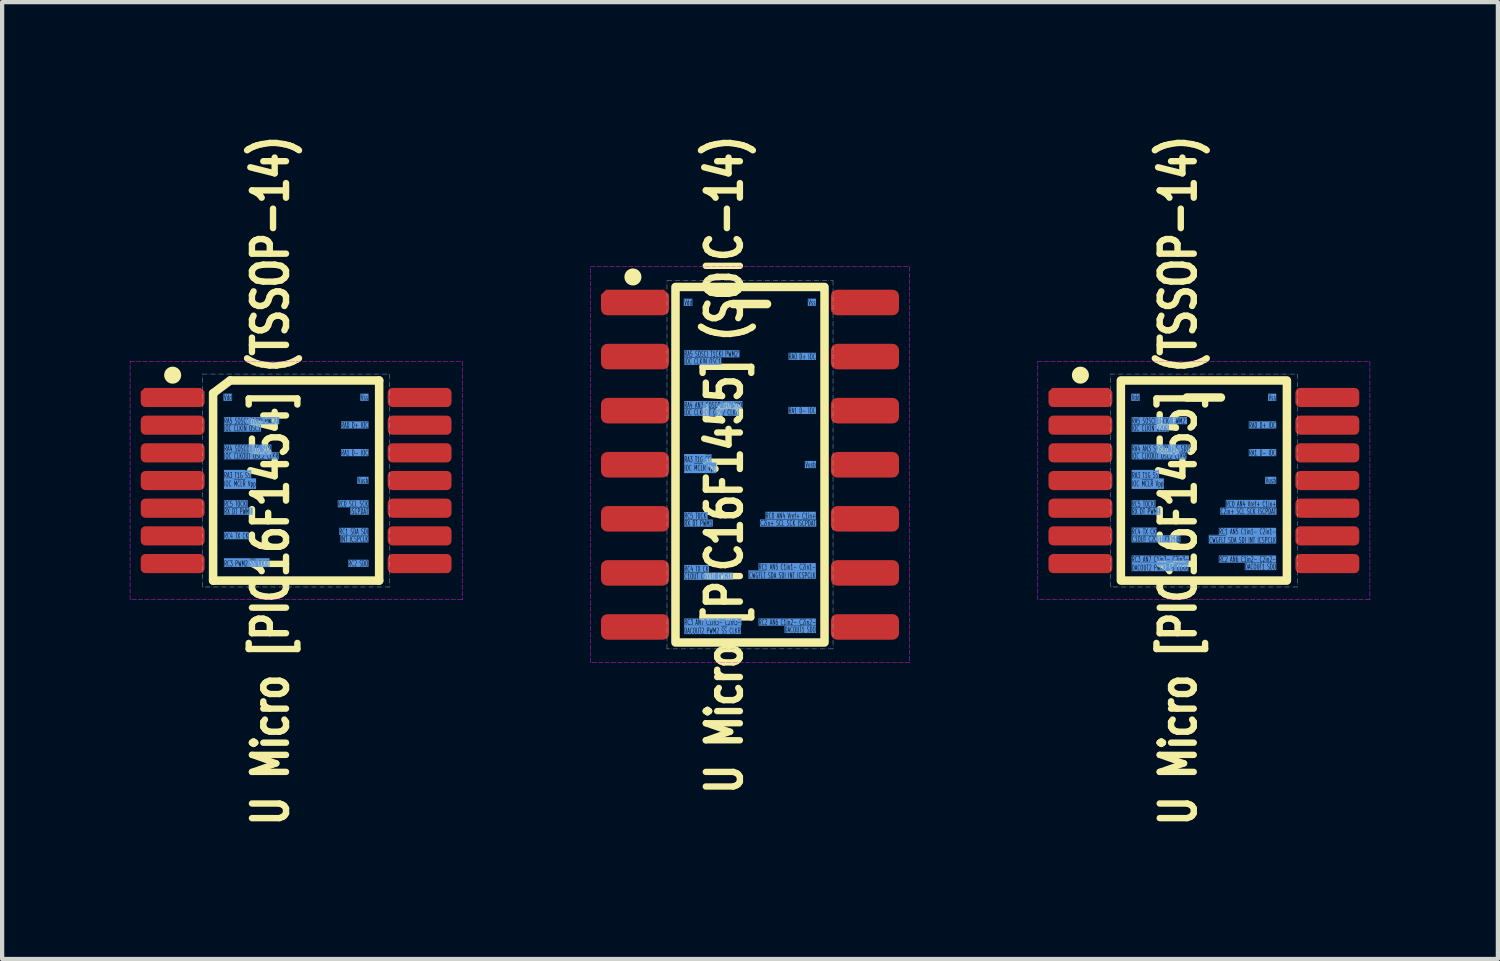
<source format=kicad_pcb>
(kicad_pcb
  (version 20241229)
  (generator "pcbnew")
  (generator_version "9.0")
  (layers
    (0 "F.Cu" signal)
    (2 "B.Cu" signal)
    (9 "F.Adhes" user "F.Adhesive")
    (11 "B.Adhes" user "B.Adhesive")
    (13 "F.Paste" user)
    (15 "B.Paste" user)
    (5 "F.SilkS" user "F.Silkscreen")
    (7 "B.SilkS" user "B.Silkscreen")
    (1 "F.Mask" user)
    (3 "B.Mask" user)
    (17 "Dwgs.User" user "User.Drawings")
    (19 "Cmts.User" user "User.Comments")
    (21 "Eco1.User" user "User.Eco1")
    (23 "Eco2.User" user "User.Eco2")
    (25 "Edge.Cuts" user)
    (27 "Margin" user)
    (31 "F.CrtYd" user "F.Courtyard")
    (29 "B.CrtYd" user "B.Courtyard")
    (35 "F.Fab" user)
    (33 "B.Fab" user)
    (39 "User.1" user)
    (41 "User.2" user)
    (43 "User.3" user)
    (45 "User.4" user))
  (footprint "U Micro [PIC16F1455] (SOIC-14)"
    (layer "F.Cu")
    (at 14.565 7.865)
    (property "Reference" "U Micro [PIC16F1455] (SOIC-14)" (at -0.6 0 90) (layer "F.SilkS") (effects (font (size 0.8 0.6) (thickness 0.15))))
    (attr smd)
    (fp_line (start -0.4 -3.775) (end 0.4 -3.775) (stroke (width 0.2) (type default)) (layer "F.SilkS"))
    (fp_rect (start 1.75 4.175) (end -1.75 -4.175) (stroke (width 0.2) (type default)) (fill no) (layer "F.SilkS"))
    (fp_circle (center -2.75 -4.41) (end -2.6 -4.41) (stroke (width 0.1) (type solid)) (fill yes) (layer "F.SilkS"))
    (fp_rect (start -3.75 -4.65) (end 3.75 4.65) (stroke (width 0.01) (type dash)) (fill no) (layer "F.CrtYd"))
    (fp_rect (start -1.95 -4.325) (end 1.95 4.325) (stroke (width 0.01) (type dash_dot)) (fill no) (layer "F.Fab"))
    (fp_text user "RA5 SOSCI T1CKI PWM2'" (at -1.55 -2.6 0) (layer "Cmts.User" knockout) (effects (font (size 0.13 0.07) (thickness 0.01)) (justify left)))
    (fp_text user "Vusb" (at 1.55 0 0) (layer "Cmts.User" knockout) (effects (font (size 0.13 0.07) (thickness 0.01) (bold yes)) (justify right)))
    (fp_text user "RA0 D+ IOC" (at 1.55 -2.54 0) (layer "Cmts.User" knockout) (effects (font (size 0.13 0.07) (thickness 0.01)) (justify right)))
    (fp_text user "Vss" (at 1.55 -3.81 0) (layer "Cmts.User" knockout) (effects (font (size 0.13 0.07) (thickness 0.01) (bold yes)) (justify right)))
    (fp_text user "RA4 AN3 SOSCO T1G SDO" (at -1.55 -1.4 0) (layer "Cmts.User" knockout) (effects (font (size 0.13 0.07) (thickness 0.01)) (justify left)))
    (fp_text user "C2in+ SCL SCK ISCPDAT" (at 1.55 1.375 0) (layer "Cmts.User" knockout) (effects (font (size 0.13 0.07) (thickness 0.01) (bold yes)) (justify right)))
    (fp_text user "RC2 AN6 C1in2- C2in2-" (at 1.55 3.7 0) (layer "Cmts.User" knockout) (effects (font (size 0.13 0.07) (thickness 0.01)) (justify right)))
    (fp_text user "DACOUT2 PWM2 ~{SS} CLKR" (at -1.55 3.9 0) (layer "Cmts.User" knockout) (effects (font (size 0.13 0.07) (thickness 0.01)) (justify left)))
    (fp_text user "IOC ~{MCLR} Vpp" (at -1.55 0.075 0) (layer "Cmts.User" knockout) (effects (font (size 0.13 0.07) (thickness 0.01) (bold yes)) (justify left)))
    (fp_text user "RA3 T1G ~{SS}" (at -1.55 -0.125 0) (layer "Cmts.User" knockout) (effects (font (size 0.13 0.07) (thickness 0.01) (bold yes)) (justify left)))
    (fp_text user "RA1 D- IOC" (at 1.55 -1.27 0) (layer "Cmts.User" knockout) (effects (font (size 0.13 0.07) (thickness 0.01)) (justify right)))
    (fp_text user "RC4 TX CK" (at -1.55 2.45 0) (layer "Cmts.User" knockout) (effects (font (size 0.13 0.07) (thickness 0.01)) (justify left)))
    (fp_text user "~{CWGFLT} SDA SDI INT ICSPCLK" (at 1.55 2.6 0) (layer "Cmts.User" knockout) (effects (font (size 0.13 0.07) (thickness 0.01) (bold yes)) (justify right)))
    (fp_text user "IOC CLKOUT OSC2 CLKR" (at -1.55 -1.225 0) (layer "Cmts.User" knockout) (effects (font (size 0.13 0.07) (thickness 0.01)) (justify left)))
    (fp_text user "RX DT PWM1" (at -1.55 1.375 0) (layer "Cmts.User" knockout) (effects (font (size 0.13 0.07) (thickness 0.01)) (justify left)))
    (fp_text user "RC5 T0CKI" (at -1.55 1.2 0) (layer "Cmts.User" knockout) (effects (font (size 0.13 0.07) (thickness 0.01)) (justify left)))
    (fp_text user "IOC CLKIN OSC1" (at -1.55 -2.425 0) (layer "Cmts.User" knockout) (effects (font (size 0.13 0.07) (thickness 0.01)) (justify left)))
    (fp_text user "RC0 AN4 Vref+ C1in+" (at 1.55 1.2 0) (layer "Cmts.User" knockout) (effects (font (size 0.13 0.07) (thickness 0.01) (bold yes)) (justify right)))
    (fp_text user "RC1 AN5 C1in1- C2in1-" (at 1.55 2.4 0) (layer "Cmts.User" knockout) (effects (font (size 0.13 0.07) (thickness 0.01) (bold yes)) (justify right)))
    (fp_text user "RC3 AN7 C1in3- C2in3-" (at -1.55 3.7 0) (layer "Cmts.User" knockout) (effects (font (size 0.13 0.07) (thickness 0.01)) (justify left)))
    (fp_text user "Vdd" (at -1.55 -3.81 0) (layer "Cmts.User" knockout) (effects (font (size 0.13 0.07) (thickness 0.01) (bold yes)) (justify left)))
    (fp_text user "C1OUT C2OUT CWG1B" (at -1.55 2.625 0) (layer "Cmts.User" knockout) (effects (font (size 0.13 0.07) (thickness 0.01)) (justify left)))
    (fp_text user "DACOUT1 SDO" (at 1.55 3.875 0) (layer "Cmts.User" knockout) (effects (font (size 0.13 0.07) (thickness 0.01)) (justify right)))
    (pad "1" smd roundrect (at -2.7 -3.81) (size 1.6 0.6) (layers "F.Cu" "F.Mask" "F.Paste") (roundrect_rratio 0.25) (chamfer_ratio 0.2) (chamfer top_left top_right))
    (pad "2" smd roundrect (at -2.7 -2.54) (size 1.6 0.6) (layers "F.Cu" "F.Mask" "F.Paste") (roundrect_rratio 0.25))
    (pad "3" smd roundrect (at -2.7 -1.27) (size 1.6 0.6) (layers "F.Cu" "F.Mask" "F.Paste") (roundrect_rratio 0.25))
    (pad "4" smd roundrect (at -2.7 0) (size 1.6 0.6) (layers "F.Cu" "F.Mask" "F.Paste") (roundrect_rratio 0.25))
    (pad "5" smd roundrect (at -2.7 1.27) (size 1.6 0.6) (layers "F.Cu" "F.Mask" "F.Paste") (roundrect_rratio 0.25))
    (pad "6" smd roundrect (at -2.7 2.54) (size 1.6 0.6) (layers "F.Cu" "F.Mask" "F.Paste") (roundrect_rratio 0.25))
    (pad "7" smd roundrect (at -2.7 3.81) (size 1.6 0.6) (layers "F.Cu" "F.Mask" "F.Paste") (roundrect_rratio 0.25))
    (pad "8" smd roundrect (at 2.7 3.81) (size 1.6 0.6) (layers "F.Cu" "F.Mask" "F.Paste") (roundrect_rratio 0.25))
    (pad "9" smd roundrect (at 2.7 2.54) (size 1.6 0.6) (layers "F.Cu" "F.Mask" "F.Paste") (roundrect_rratio 0.25))
    (pad "10" smd roundrect (at 2.7 1.27) (size 1.6 0.6) (layers "F.Cu" "F.Mask" "F.Paste") (roundrect_rratio 0.25))
    (pad "11" smd roundrect (at 2.7 0) (size 1.6 0.6) (layers "F.Cu" "F.Mask" "F.Paste") (roundrect_rratio 0.25))
    (pad "12" smd roundrect (at 2.7 -1.27) (size 1.6 0.6) (layers "F.Cu" "F.Mask" "F.Paste") (roundrect_rratio 0.25))
    (pad "13" smd roundrect (at 2.7 -2.54) (size 1.6 0.6) (layers "F.Cu" "F.Mask" "F.Paste") (roundrect_rratio 0.25))
    (pad "14" smd roundrect (at 2.7 -3.81) (size 1.6 0.6) (layers "F.Cu" "F.Mask" "F.Paste") (roundrect_rratio 0.25)))
  (footprint "U Micro [PIC16F1455] (TSSOP-14)"
    (layer "F.Cu")
    (at 25.225 8.236)
    (property "Reference" "U Micro [PIC16F1455] (TSSOP-14)" (at -0.6 0 90) (layer "F.SilkS") (effects (font (size 0.8 0.6) (thickness 0.15))))
    (attr smd)
    (fp_line (start -0.4 -1.95) (end 0.4 -1.95) (stroke (width 0.2) (type default)) (layer "F.SilkS"))
    (fp_rect (start -1.95 -2.35) (end 1.95 2.35) (stroke (width 0.2) (type default)) (fill no) (layer "F.SilkS"))
    (fp_circle (center -2.9 -2.475) (end -2.75 -2.475) (stroke (width 0.1) (type solid)) (fill yes) (layer "F.SilkS"))
    (fp_rect (start -3.9 -2.8) (end 3.9 2.8) (stroke (width 0.01) (type dash)) (fill no) (layer "F.CrtYd"))
    (fp_rect (start -2.2 -2.5) (end 2.2 2.5) (stroke (width 0.01) (type dash_dot)) (fill no) (layer "F.Fab"))
    (fp_text user "RC4 TX CK" (at -1.7 1.2 0) (layer "Cmts.User" knockout) (effects (font (size 0.13 0.07) (thickness 0.01)) (justify left)))
    (fp_text user "IOC ~{MCLR} Vpp" (at -1.7 0.075 0) (layer "Cmts.User" knockout) (effects (font (size 0.13 0.07) (thickness 0.01) (bold yes)) (justify left)))
    (fp_text user "DACOUT2 PWM2 ~{SS} CLKR" (at -1.7 2.05 0) (layer "Cmts.User" knockout) (effects (font (size 0.13 0.07) (thickness 0.01)) (justify left)))
    (fp_text user "RA4 AN3 SOSCO T1G SDO" (at -1.7 -0.75 0) (layer "Cmts.User" knockout) (effects (font (size 0.13 0.07) (thickness 0.01)) (justify left)))
    (fp_text user "Vdd" (at -1.7 -1.95 0) (layer "Cmts.User" knockout) (effects (font (size 0.13 0.07) (thickness 0.01) (bold yes)) (justify left)))
    (fp_text user "IOC CLKOUT OSC2 CLKR" (at -1.7 -0.575 0) (layer "Cmts.User" knockout) (effects (font (size 0.13 0.07) (thickness 0.01)) (justify left)))
    (fp_text user "RC5 T0CKI" (at -1.7 0.55 0) (layer "Cmts.User" knockout) (effects (font (size 0.13 0.07) (thickness 0.01)) (justify left)))
    (fp_text user "C1OUT C2OUT CWG1B" (at -1.7 1.375 0) (layer "Cmts.User" knockout) (effects (font (size 0.13 0.07) (thickness 0.01)) (justify left)))
    (fp_text user "RA5 SOSCI T1CKI PWM2'" (at -1.7 -1.4 0) (layer "Cmts.User" knockout) (effects (font (size 0.13 0.07) (thickness 0.01)) (justify left)))
    (fp_text user "Vusb" (at 1.7 0 0) (layer "Cmts.User" knockout) (effects (font (size 0.13 0.07) (thickness 0.01) (bold yes)) (justify right)))
    (fp_text user "RC0 AN4 Vref+ C1in+" (at 1.7 0.55 0) (layer "Cmts.User" knockout) (effects (font (size 0.13 0.07) (thickness 0.01) (bold yes)) (justify right)))
    (fp_text user "RC1 AN5 C1in1- C2in1-" (at 1.7 1.2 0) (layer "Cmts.User" knockout) (effects (font (size 0.13 0.07) (thickness 0.01) (bold yes)) (justify right)))
    (fp_text user "RX DT PWM1" (at -1.7 0.725 0) (layer "Cmts.User" knockout) (effects (font (size 0.13 0.07) (thickness 0.01)) (justify left)))
    (fp_text user "RA1 D- IOC" (at 1.7 -0.65 0) (layer "Cmts.User" knockout) (effects (font (size 0.13 0.07) (thickness 0.01)) (justify right)))
    (fp_text user "IOC CLKIN OSC1" (at -1.7 -1.225 0) (layer "Cmts.User" knockout) (effects (font (size 0.13 0.07) (thickness 0.01)) (justify left)))
    (fp_text user "C2in+ SCL SCK ISCPDAT" (at 1.7 0.725 0) (layer "Cmts.User" knockout) (effects (font (size 0.13 0.07) (thickness 0.01) (bold yes)) (justify right)))
    (fp_text user "RA0 D+ IOC" (at 1.7 -1.3 0) (layer "Cmts.User" knockout) (effects (font (size 0.13 0.07) (thickness 0.01)) (justify right)))
    (fp_text user "~{CWGFLT} SDA SDI INT ICSPCLK" (at 1.7 1.4 0) (layer "Cmts.User" knockout) (effects (font (size 0.13 0.07) (thickness 0.01) (bold yes)) (justify right)))
    (fp_text user "RC2 AN6 C1in2- C2in2-" (at 1.7 1.85 0) (layer "Cmts.User" knockout) (effects (font (size 0.13 0.07) (thickness 0.01)) (justify right)))
    (fp_text user "Vss" (at 1.7 -1.95 0) (layer "Cmts.User" knockout) (effects (font (size 0.13 0.07) (thickness 0.01) (bold yes)) (justify right)))
    (fp_text user "RC3 AN7 C1in3- C2in3-" (at -1.7 1.85 0) (layer "Cmts.User" knockout) (effects (font (size 0.13 0.07) (thickness 0.01)) (justify left)))
    (fp_text user "DACOUT1 SDO" (at 1.7 2.025 0) (layer "Cmts.User" knockout) (effects (font (size 0.13 0.07) (thickness 0.01)) (justify right)))
    (fp_text user "RA3 T1G ~{SS}" (at -1.7 -0.125 0) (layer "Cmts.User" knockout) (effects (font (size 0.13 0.07) (thickness 0.01) (bold yes)) (justify left)))
    (pad "1" smd roundrect (at -2.9 -1.95) (size 1.5 0.45) (layers "F.Cu" "F.Mask" "F.Paste") (roundrect_rratio 0.25) (chamfer_ratio 0.2) (chamfer top_left top_right))
    (pad "2" smd roundrect (at -2.9 -1.3) (size 1.5 0.45) (layers "F.Cu" "F.Mask" "F.Paste") (roundrect_rratio 0.25))
    (pad "3" smd roundrect (at -2.9 -0.65) (size 1.5 0.45) (layers "F.Cu" "F.Mask" "F.Paste") (roundrect_rratio 0.25))
    (pad "4" smd roundrect (at -2.9 0) (size 1.5 0.45) (layers "F.Cu" "F.Mask" "F.Paste") (roundrect_rratio 0.25))
    (pad "5" smd roundrect (at -2.9 0.65) (size 1.5 0.45) (layers "F.Cu" "F.Mask" "F.Paste") (roundrect_rratio 0.25))
    (pad "6" smd roundrect (at -2.9 1.3) (size 1.5 0.45) (layers "F.Cu" "F.Mask" "F.Paste") (roundrect_rratio 0.25))
    (pad "7" smd roundrect (at -2.9 1.95) (size 1.5 0.45) (layers "F.Cu" "F.Mask" "F.Paste") (roundrect_rratio 0.25))
    (pad "8" smd roundrect (at 2.9 1.95) (size 1.5 0.45) (layers "F.Cu" "F.Mask" "F.Paste") (roundrect_rratio 0.25))
    (pad "9" smd roundrect (at 2.9 1.3) (size 1.5 0.45) (layers "F.Cu" "F.Mask" "F.Paste") (roundrect_rratio 0.25))
    (pad "10" smd roundrect (at 2.9 0.65) (size 1.5 0.45) (layers "F.Cu" "F.Mask" "F.Paste") (roundrect_rratio 0.25))
    (pad "11" smd roundrect (at 2.9 0) (size 1.5 0.45) (layers "F.Cu" "F.Mask" "F.Paste") (roundrect_rratio 0.25))
    (pad "12" smd roundrect (at 2.9 -0.65) (size 1.5 0.45) (layers "F.Cu" "F.Mask" "F.Paste") (roundrect_rratio 0.25))
    (pad "13" smd roundrect (at 2.9 -1.3) (size 1.5 0.45) (layers "F.Cu" "F.Mask" "F.Paste") (roundrect_rratio 0.25))
    (pad "14" smd roundrect (at 2.9 -1.95) (size 1.5 0.45) (layers "F.Cu" "F.Mask" "F.Paste") (roundrect_rratio 0.25)))
  (footprint "U Micro [PIC16F1454] (TSSOP-14)"
    (layer "F.Cu")
    (at 3.905 8.236)
    (property "Reference" "U Micro [PIC16F1454] (TSSOP-14)" (at -0.6 0 90) (layer "F.SilkS") (effects (font (size 0.8 0.6) (thickness 0.15))))
    (attr smd)
    (fp_line (start -1.95 -2.05) (end -1.55 -2.35) (stroke (width 0.2) (type default)) (layer "F.SilkS"))
    (fp_line (start -1.95 2.35) (end -1.95 -2.05) (stroke (width 0.2) (type default)) (layer "F.SilkS"))
    (fp_line (start -1.55 -2.35) (end 1.95 -2.35) (stroke (width 0.2) (type default)) (layer "F.SilkS"))
    (fp_line (start 1.95 -2.35) (end 1.95 2.35) (stroke (width 0.2) (type default)) (layer "F.SilkS"))
    (fp_line (start 1.95 2.35) (end -1.95 2.35) (stroke (width 0.2) (type default)) (layer "F.SilkS"))
    (fp_circle (center -2.9 -2.475) (end -2.75 -2.475) (stroke (width 0.1) (type solid)) (fill yes) (layer "F.SilkS"))
    (fp_rect (start -3.9 -2.8) (end 3.9 2.8) (stroke (width 0.01) (type dash)) (fill no) (layer "F.CrtYd"))
    (fp_rect (start -2.2 -2.5) (end 2.2 2.5) (stroke (width 0.01) (type dash_dot)) (fill no) (layer "F.Fab"))
    (fp_text user "Vdd" (at -1.7 -1.95 0) (layer "Cmts.User" knockout) (effects (font (size 0.13 0.07) (thickness 0.01) (bold yes)) (justify left)))
    (fp_text user "RA1 D- IOC" (at 1.7 -0.65 0) (layer "Cmts.User" knockout) (effects (font (size 0.13 0.07) (thickness 0.01)) (justify right)))
    (fp_text user "ISCPDAT" (at 1.7 0.725 0) (layer "Cmts.User" knockout) (effects (font (size 0.13 0.07) (thickness 0.01) (bold yes)) (justify right)))
    (fp_text user "RA5 SOSCI T1CKI PWM2'" (at -1.7 -1.4 0) (layer "Cmts.User" knockout) (effects (font (size 0.13 0.07) (thickness 0.01)) (justify left)))
    (fp_text user "RX DT PWM1" (at -1.7 0.725 0) (layer "Cmts.User" knockout) (effects (font (size 0.13 0.07) (thickness 0.01)) (justify left)))
    (fp_text user "Vusb" (at 1.7 0 0) (layer "Cmts.User" knockout) (effects (font (size 0.13 0.07) (thickness 0.01) (bold yes)) (justify right)))
    (fp_text user "IOC ~{MCLR} Vpp" (at -1.7 0.075 0) (layer "Cmts.User" knockout) (effects (font (size 0.13 0.07) (thickness 0.01) (bold yes)) (justify left)))
    (fp_text user "IOC CLKIN OSC1" (at -1.7 -1.225 0) (layer "Cmts.User" knockout) (effects (font (size 0.13 0.07) (thickness 0.01)) (justify left)))
    (fp_text user "RC5 T0CKI" (at -1.7 0.55 0) (layer "Cmts.User" knockout) (effects (font (size 0.13 0.07) (thickness 0.01)) (justify left)))
    (fp_text user "RC3 PWM2 ~{SS} CLKR" (at -1.7 1.95 0) (layer "Cmts.User" knockout) (effects (font (size 0.13 0.07) (thickness 0.01)) (justify left)))
    (fp_text user "RA3 T1G ~{SS}" (at -1.7 -0.125 0) (layer "Cmts.User" knockout) (effects (font (size 0.13 0.07) (thickness 0.01) (bold yes)) (justify left)))
    (fp_text user "INT ICSPCLK" (at 1.7 1.375 0) (layer "Cmts.User" knockout) (effects (font (size 0.13 0.07) (thickness 0.01) (bold yes)) (justify right)))
    (fp_text user "RA4 SOSCO T1G SDO" (at -1.7 -0.75 0) (layer "Cmts.User" knockout) (effects (font (size 0.13 0.07) (thickness 0.01)) (justify left)))
    (fp_text user "IOC CLKOUT OSC2 CLKR" (at -1.7 -0.575 0) (layer "Cmts.User" knockout) (effects (font (size 0.13 0.07) (thickness 0.01)) (justify left)))
    (fp_text user "RC0 SCL SCK" (at 1.7 0.55 0) (layer "Cmts.User" knockout) (effects (font (size 0.13 0.07) (thickness 0.01) (bold yes)) (justify right)))
    (fp_text user "RC2 SDO" (at 1.7 1.95 0) (layer "Cmts.User" knockout) (effects (font (size 0.13 0.07) (thickness 0.01)) (justify right)))
    (fp_text user "RA0 D+ IOC" (at 1.7 -1.3 0) (layer "Cmts.User" knockout) (effects (font (size 0.13 0.07) (thickness 0.01)) (justify right)))
    (fp_text user "RC4 TX CK" (at -1.7 1.3 0) (layer "Cmts.User" knockout) (effects (font (size 0.13 0.07) (thickness 0.01)) (justify left)))
    (fp_text user "RC1 SDA SDI" (at 1.7 1.2 0) (layer "Cmts.User" knockout) (effects (font (size 0.13 0.07) (thickness 0.01) (bold yes)) (justify right)))
    (fp_text user "Vss" (at 1.7 -1.95 0) (layer "Cmts.User" knockout) (effects (font (size 0.13 0.07) (thickness 0.01) (bold yes)) (justify right)))
    (pad "1" smd roundrect (at -2.9 -1.95) (size 1.5 0.45) (layers "F.Cu" "F.Mask" "F.Paste") (roundrect_rratio 0.25) (chamfer_ratio 0.2) (chamfer top_left top_right))
    (pad "2" smd roundrect (at -2.9 -1.3) (size 1.5 0.45) (layers "F.Cu" "F.Mask" "F.Paste") (roundrect_rratio 0.25))
    (pad "3" smd roundrect (at -2.9 -0.65) (size 1.5 0.45) (layers "F.Cu" "F.Mask" "F.Paste") (roundrect_rratio 0.25))
    (pad "4" smd roundrect (at -2.9 0) (size 1.5 0.45) (layers "F.Cu" "F.Mask" "F.Paste") (roundrect_rratio 0.25))
    (pad "5" smd roundrect (at -2.9 0.65) (size 1.5 0.45) (layers "F.Cu" "F.Mask" "F.Paste") (roundrect_rratio 0.25))
    (pad "6" smd roundrect (at -2.9 1.3) (size 1.5 0.45) (layers "F.Cu" "F.Mask" "F.Paste") (roundrect_rratio 0.25))
    (pad "7" smd roundrect (at -2.9 1.95) (size 1.5 0.45) (layers "F.Cu" "F.Mask" "F.Paste") (roundrect_rratio 0.25))
    (pad "8" smd roundrect (at 2.9 1.95) (size 1.5 0.45) (layers "F.Cu" "F.Mask" "F.Paste") (roundrect_rratio 0.25))
    (pad "9" smd roundrect (at 2.9 1.3) (size 1.5 0.45) (layers "F.Cu" "F.Mask" "F.Paste") (roundrect_rratio 0.25))
    (pad "10" smd roundrect (at 2.9 0.65) (size 1.5 0.45) (layers "F.Cu" "F.Mask" "F.Paste") (roundrect_rratio 0.25))
    (pad "11" smd roundrect (at 2.9 0) (size 1.5 0.45) (layers "F.Cu" "F.Mask" "F.Paste") (roundrect_rratio 0.25))
    (pad "12" smd roundrect (at 2.9 -0.65) (size 1.5 0.45) (layers "F.Cu" "F.Mask" "F.Paste") (roundrect_rratio 0.25))
    (pad "13" smd roundrect (at 2.9 -1.3) (size 1.5 0.45) (layers "F.Cu" "F.Mask" "F.Paste") (roundrect_rratio 0.25))
    (pad "14" smd roundrect (at 2.9 -1.95) (size 1.5 0.45) (layers "F.Cu" "F.Mask" "F.Paste") (roundrect_rratio 0.25)))
  (gr_rect
    (start -3 -3)
    (end 32.13 19.473)
    (stroke (width 0.1) (type default))
    (fill no)
    (layer "Edge.Cuts")))
</source>
